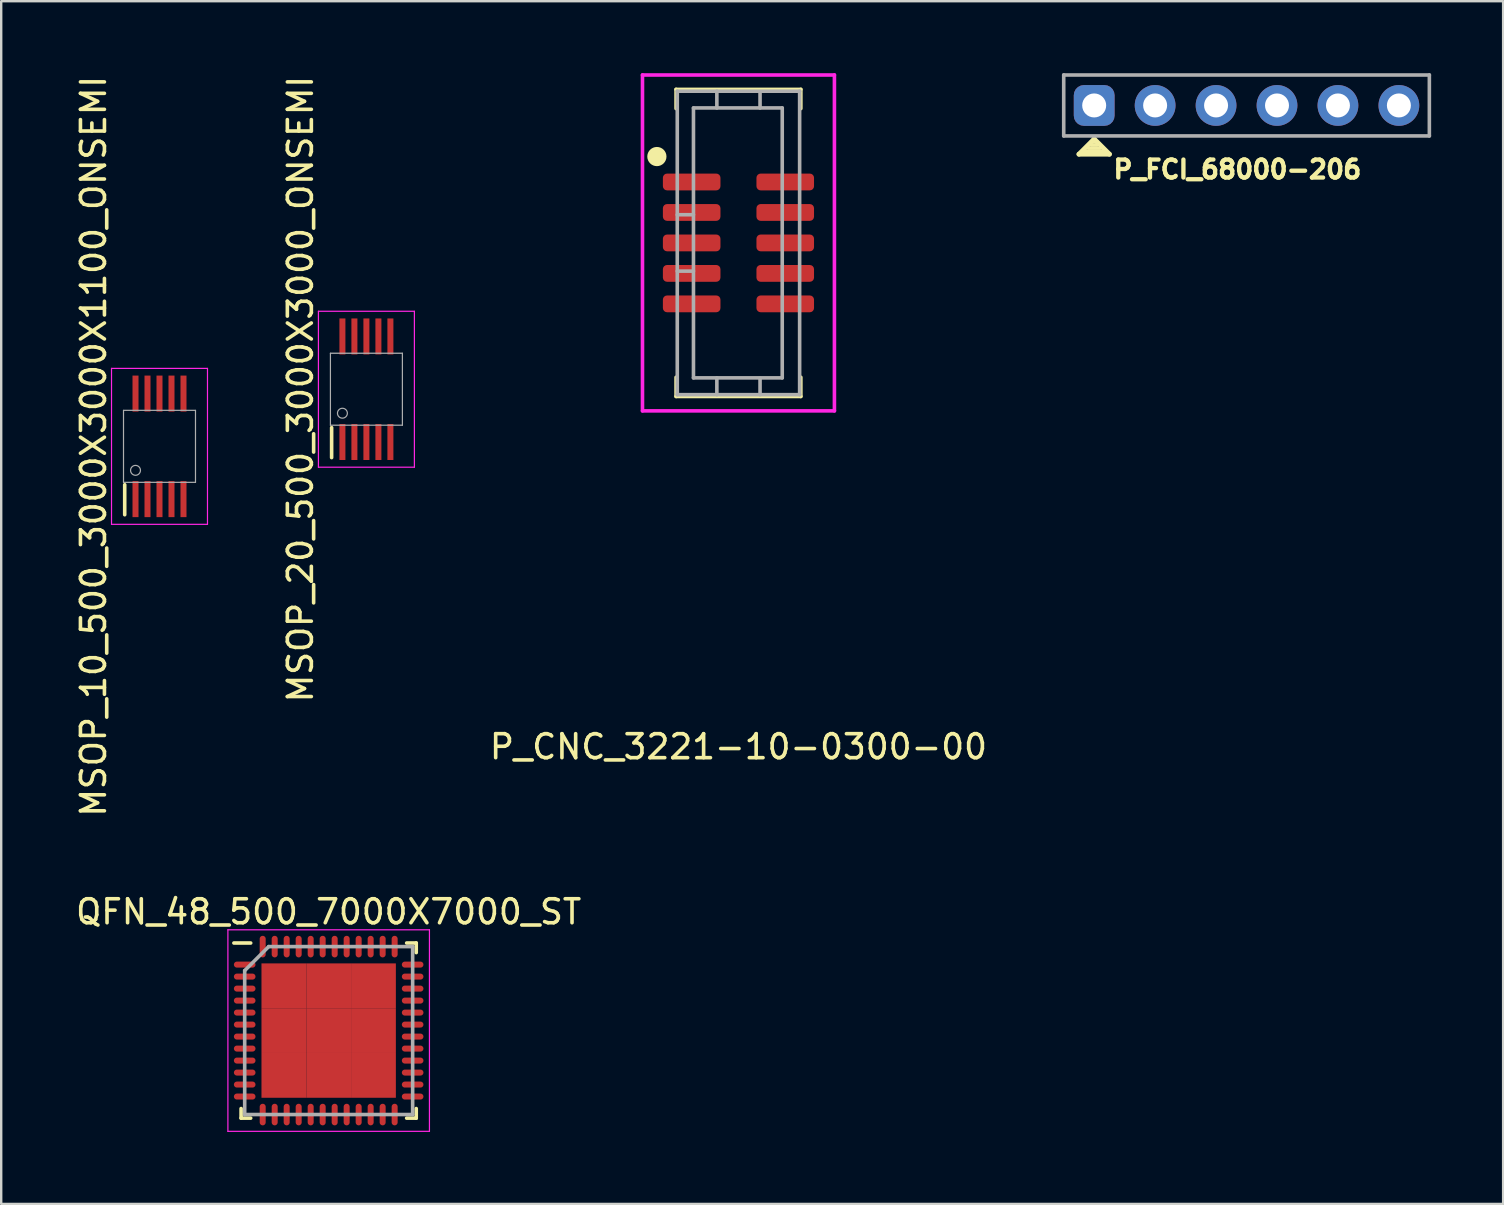
<source format=kicad_pcb>
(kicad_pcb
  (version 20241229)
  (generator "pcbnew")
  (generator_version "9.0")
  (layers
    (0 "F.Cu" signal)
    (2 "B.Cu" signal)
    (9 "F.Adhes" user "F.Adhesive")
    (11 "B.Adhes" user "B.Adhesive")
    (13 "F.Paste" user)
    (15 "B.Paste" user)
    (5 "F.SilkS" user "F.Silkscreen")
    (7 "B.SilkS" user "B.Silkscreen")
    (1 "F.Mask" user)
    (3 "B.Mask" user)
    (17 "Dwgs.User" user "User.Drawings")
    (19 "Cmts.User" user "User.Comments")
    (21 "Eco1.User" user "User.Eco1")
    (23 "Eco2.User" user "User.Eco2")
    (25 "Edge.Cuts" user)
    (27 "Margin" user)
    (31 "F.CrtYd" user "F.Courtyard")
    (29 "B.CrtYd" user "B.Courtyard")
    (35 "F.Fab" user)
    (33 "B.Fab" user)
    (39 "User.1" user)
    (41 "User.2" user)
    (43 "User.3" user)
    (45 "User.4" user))
  (footprint "QFN_48_500_7000X7000_ST"
    (layer "F.Cu")
    (at 10.649 39.905)
    (property "Reference" "QFN_48_500_7000X7000_ST" (at 0 -4.95 0) (layer "F.SilkS") (effects (font (size 1 1) (thickness 0.15))))
    (attr smd)
    (fp_line (start -3.65 3.65) (end -3.65 3.25) (stroke (width 0.15) (type solid)) (layer "F.SilkS"))
    (fp_line (start -3.25 -3.65) (end -3.95 -3.65) (stroke (width 0.15) (type solid)) (layer "F.SilkS"))
    (fp_line (start -3.25 3.65) (end -3.65 3.65) (stroke (width 0.15) (type solid)) (layer "F.SilkS"))
    (fp_line (start 3.25 -3.65) (end 3.65 -3.65) (stroke (width 0.15) (type solid)) (layer "F.SilkS"))
    (fp_line (start 3.25 3.65) (end 3.65 3.65) (stroke (width 0.15) (type solid)) (layer "F.SilkS"))
    (fp_line (start 3.65 -3.65) (end 3.65 -3.25) (stroke (width 0.15) (type solid)) (layer "F.SilkS"))
    (fp_line (start 3.65 3.65) (end 3.65 3.25) (stroke (width 0.15) (type solid)) (layer "F.SilkS"))
    (fp_line (start -4.2 -4.2) (end 4.2 -4.2) (stroke (width 0.05) (type solid)) (layer "F.CrtYd"))
    (fp_line (start -4.2 4.2) (end -4.2 -4.2) (stroke (width 0.05) (type solid)) (layer "F.CrtYd"))
    (fp_line (start 4.2 -4.2) (end 4.2 4.2) (stroke (width 0.05) (type solid)) (layer "F.CrtYd"))
    (fp_line (start 4.2 4.2) (end -4.2 4.2) (stroke (width 0.05) (type solid)) (layer "F.CrtYd"))
    (fp_line (start -3.5 -2.5) (end -3.5 3.5) (stroke (width 0.15) (type solid)) (layer "F.Fab"))
    (fp_line (start -3.5 3.5) (end 3.5 3.5) (stroke (width 0.15) (type solid)) (layer "F.Fab"))
    (fp_line (start -2.5 -3.5) (end -3.5 -2.5) (stroke (width 0.15) (type solid)) (layer "F.Fab"))
    (fp_line (start 3.5 -3.5) (end -2.5 -3.5) (stroke (width 0.15) (type solid)) (layer "F.Fab"))
    (fp_line (start 3.5 3.5) (end 3.5 -3.5) (stroke (width 0.15) (type solid)) (layer "F.Fab"))
    (pad "1" smd oval (at -3.5 -2.75 90) (size 0.25 0.9) (layers "F.Cu" "F.Mask" "F.Paste"))
    (pad "2" smd oval (at -3.5 -2.25 90) (size 0.25 0.9) (layers "F.Cu" "F.Mask" "F.Paste"))
    (pad "3" smd oval (at -3.5 -1.75 90) (size 0.25 0.9) (layers "F.Cu" "F.Mask" "F.Paste"))
    (pad "4" smd oval (at -3.5 -1.25 90) (size 0.25 0.9) (layers "F.Cu" "F.Mask" "F.Paste"))
    (pad "5" smd oval (at -3.5 -0.75 90) (size 0.25 0.9) (layers "F.Cu" "F.Mask" "F.Paste"))
    (pad "6" smd oval (at -3.5 -0.25 90) (size 0.25 0.9) (layers "F.Cu" "F.Mask" "F.Paste"))
    (pad "7" smd oval (at -3.5 0.25 90) (size 0.25 0.9) (layers "F.Cu" "F.Mask" "F.Paste"))
    (pad "8" smd oval (at -3.5 0.75 90) (size 0.25 0.9) (layers "F.Cu" "F.Mask" "F.Paste"))
    (pad "9" smd oval (at -3.5 1.25 90) (size 0.25 0.9) (layers "F.Cu" "F.Mask" "F.Paste"))
    (pad "10" smd oval (at -3.5 1.75 90) (size 0.25 0.9) (layers "F.Cu" "F.Mask" "F.Paste"))
    (pad "11" smd oval (at -3.5 2.25 90) (size 0.25 0.9) (layers "F.Cu" "F.Mask" "F.Paste"))
    (pad "12" smd oval (at -3.5 2.75 90) (size 0.25 0.9) (layers "F.Cu" "F.Mask" "F.Paste"))
    (pad "13" smd oval (at -2.75 3.5) (size 0.25 0.9) (layers "F.Cu" "F.Mask" "F.Paste"))
    (pad "14" smd oval (at -2.25 3.5) (size 0.25 0.9) (layers "F.Cu" "F.Mask" "F.Paste"))
    (pad "15" smd oval (at -1.75 3.5) (size 0.25 0.9) (layers "F.Cu" "F.Mask" "F.Paste"))
    (pad "16" smd oval (at -1.25 3.5) (size 0.25 0.9) (layers "F.Cu" "F.Mask" "F.Paste"))
    (pad "17" smd oval (at -0.75 3.5) (size 0.25 0.9) (layers "F.Cu" "F.Mask" "F.Paste"))
    (pad "18" smd oval (at -0.25 3.5) (size 0.25 0.9) (layers "F.Cu" "F.Mask" "F.Paste"))
    (pad "19" smd oval (at 0.25 3.5) (size 0.25 0.9) (layers "F.Cu" "F.Mask" "F.Paste"))
    (pad "20" smd oval (at 0.75 3.5) (size 0.25 0.9) (layers "F.Cu" "F.Mask" "F.Paste"))
    (pad "21" smd oval (at 1.25 3.5) (size 0.25 0.9) (layers "F.Cu" "F.Mask" "F.Paste"))
    (pad "22" smd oval (at 1.75 3.5) (size 0.25 0.9) (layers "F.Cu" "F.Mask" "F.Paste"))
    (pad "23" smd oval (at 2.25 3.5) (size 0.25 0.9) (layers "F.Cu" "F.Mask" "F.Paste"))
    (pad "24" smd oval (at 2.75 3.5) (size 0.25 0.9) (layers "F.Cu" "F.Mask" "F.Paste"))
    (pad "25" smd oval (at 3.5 2.75 90) (size 0.25 0.9) (layers "F.Cu" "F.Mask" "F.Paste"))
    (pad "26" smd oval (at 3.5 2.25 90) (size 0.25 0.9) (layers "F.Cu" "F.Mask" "F.Paste"))
    (pad "27" smd oval (at 3.5 1.75 90) (size 0.25 0.9) (layers "F.Cu" "F.Mask" "F.Paste"))
    (pad "28" smd oval (at 3.5 1.25 90) (size 0.25 0.9) (layers "F.Cu" "F.Mask" "F.Paste"))
    (pad "29" smd oval (at 3.5 0.75 90) (size 0.25 0.9) (layers "F.Cu" "F.Mask" "F.Paste"))
    (pad "30" smd oval (at 3.5 0.25 90) (size 0.25 0.9) (layers "F.Cu" "F.Mask" "F.Paste"))
    (pad "31" smd oval (at 3.5 -0.25 90) (size 0.25 0.9) (layers "F.Cu" "F.Mask" "F.Paste"))
    (pad "32" smd oval (at 3.5 -0.75 90) (size 0.25 0.9) (layers "F.Cu" "F.Mask" "F.Paste"))
    (pad "33" smd oval (at 3.5 -1.25 90) (size 0.25 0.9) (layers "F.Cu" "F.Mask" "F.Paste"))
    (pad "34" smd oval (at 3.5 -1.75 90) (size 0.25 0.9) (layers "F.Cu" "F.Mask" "F.Paste"))
    (pad "35" smd oval (at 3.5 -2.25 90) (size 0.25 0.9) (layers "F.Cu" "F.Mask" "F.Paste"))
    (pad "36" smd oval (at 3.5 -2.75 90) (size 0.25 0.9) (layers "F.Cu" "F.Mask" "F.Paste"))
    (pad "37" smd oval (at 2.75 -3.5) (size 0.25 0.9) (layers "F.Cu" "F.Mask" "F.Paste"))
    (pad "38" smd oval (at 2.25 -3.5) (size 0.25 0.9) (layers "F.Cu" "F.Mask" "F.Paste"))
    (pad "39" smd oval (at 1.75 -3.5) (size 0.25 0.9) (layers "F.Cu" "F.Mask" "F.Paste"))
    (pad "40" smd oval (at 1.25 -3.5) (size 0.25 0.9) (layers "F.Cu" "F.Mask" "F.Paste"))
    (pad "41" smd oval (at 0.75 -3.5) (size 0.25 0.9) (layers "F.Cu" "F.Mask" "F.Paste"))
    (pad "42" smd oval (at 0.25 -3.5) (size 0.25 0.9) (layers "F.Cu" "F.Mask" "F.Paste"))
    (pad "43" smd oval (at -0.25 -3.5) (size 0.25 0.9) (layers "F.Cu" "F.Mask" "F.Paste"))
    (pad "44" smd oval (at -0.75 -3.5) (size 0.25 0.9) (layers "F.Cu" "F.Mask" "F.Paste"))
    (pad "45" smd oval (at -1.25 -3.5) (size 0.25 0.9) (layers "F.Cu" "F.Mask" "F.Paste"))
    (pad "46" smd oval (at -1.75 -3.5) (size 0.25 0.9) (layers "F.Cu" "F.Mask" "F.Paste"))
    (pad "47" smd oval (at -2.25 -3.5) (size 0.25 0.9) (layers "F.Cu" "F.Mask" "F.Paste"))
    (pad "48" smd oval (at -2.75 -3.5) (size 0.25 0.9) (layers "F.Cu" "F.Mask" "F.Paste"))
    (pad "49" smd rect (at -1.867 -1.867) (size 1.867 1.867) (layers "F.Cu" "F.Mask" "F.Paste"))
    (pad "49" smd rect (at -1.867 0) (size 1.867 1.867) (layers "F.Cu" "F.Mask" "F.Paste"))
    (pad "49" smd rect (at -1.867 1.867) (size 1.867 1.867) (layers "F.Cu" "F.Mask" "F.Paste"))
    (pad "49" smd rect (at 0 -1.867) (size 1.867 1.867) (layers "F.Cu" "F.Mask" "F.Paste"))
    (pad "49" smd rect (at 0 0) (size 1.867 1.867) (layers "F.Cu" "F.Mask" "F.Paste"))
    (pad "49" smd rect (at 0 1.867) (size 1.867 1.867) (layers "F.Cu" "F.Mask" "F.Paste"))
    (pad "49" smd rect (at 1.867 -1.867) (size 1.867 1.867) (layers "F.Cu" "F.Mask" "F.Paste"))
    (pad "49" smd rect (at 1.867 0) (size 1.867 1.867) (layers "F.Cu" "F.Mask" "F.Paste"))
    (pad "49" smd rect (at 1.867 1.867) (size 1.867 1.867) (layers "F.Cu" "F.Mask" "F.Paste")))
  (footprint "MSOP_10_500_3000X3000X1100_ONSEMI"
    (layer "F.Cu")
    (at 3.598 15.554)
    (property "Reference" "MSOP_10_500_3000X3000X1100_ONSEMI" (at -2.75 0 90) (layer "F.SilkS") (effects (font (size 1 1) (thickness 0.15))))
    (attr smd)
    (fp_line (start -1.45 2.85) (end -1.45 1.6) (stroke (width 0.15) (type solid)) (layer "F.SilkS"))
    (fp_line (start -2 -3.25) (end -2 3.25) (stroke (width 0.05) (type solid)) (layer "F.CrtYd"))
    (fp_line (start -2 3.25) (end 2 3.25) (stroke (width 0.05) (type solid)) (layer "F.CrtYd"))
    (fp_line (start 2 -3.25) (end -2 -3.25) (stroke (width 0.05) (type solid)) (layer "F.CrtYd"))
    (fp_line (start 2 3.25) (end 2 -3.25) (stroke (width 0.05) (type solid)) (layer "F.CrtYd"))
    (fp_line (start -1.5 -1.5) (end 1.5 -1.5) (stroke (width 0.05) (type solid)) (layer "F.Fab"))
    (fp_line (start -1.5 1.5) (end -1.5 -1.5) (stroke (width 0.05) (type solid)) (layer "F.Fab"))
    (fp_line (start 1.5 -1.5) (end 1.5 1.5) (stroke (width 0.05) (type solid)) (layer "F.Fab"))
    (fp_line (start 1.5 1.5) (end -1.5 1.5) (stroke (width 0.05) (type solid)) (layer "F.Fab"))
    (fp_circle (center -1 1) (end -0.794 1) (stroke (width 0.05) (type solid)) (fill no) (layer "F.Fab"))
    (pad "1" smd rect (at -1 2.2) (size 0.25 1.5) (layers "F.Cu" "F.Mask" "F.Paste"))
    (pad "2" smd rect (at -0.5 2.2) (size 0.25 1.5) (layers "F.Cu" "F.Mask" "F.Paste"))
    (pad "3" smd rect (at 0 2.2) (size 0.25 1.5) (layers "F.Cu" "F.Mask" "F.Paste"))
    (pad "4" smd rect (at 0.5 2.2) (size 0.25 1.5) (layers "F.Cu" "F.Mask" "F.Paste"))
    (pad "5" smd rect (at 1 2.2) (size 0.25 1.5) (layers "F.Cu" "F.Mask" "F.Paste"))
    (pad "6" smd rect (at 1 -2.2) (size 0.25 1.5) (layers "F.Cu" "F.Mask" "F.Paste"))
    (pad "7" smd rect (at 0.5 -2.2) (size 0.25 1.5) (layers "F.Cu" "F.Mask" "F.Paste"))
    (pad "8" smd rect (at 0 -2.2) (size 0.25 1.5) (layers "F.Cu" "F.Mask" "F.Paste"))
    (pad "9" smd rect (at -0.5 -2.2) (size 0.25 1.5) (layers "F.Cu" "F.Mask" "F.Paste"))
    (pad "10" smd rect (at -1 -2.2) (size 0.25 1.5) (layers "F.Cu" "F.Mask" "F.Paste")))
  (footprint "P_FCI_68000-206"
    (layer "F.Cu")
    (at 48.906 1.345)
    (property "Reference" "P_FCI_68000-206" (at -0.381 2.667 0) (layer "F.SilkS") (effects (font (size 0.75 0.75) (thickness 0.18))))
    (attr through_hole)
    (fp_line (start -6.985 2.032) (end -5.715 2.032) (stroke (width 0.2) (type solid)) (layer "F.SilkS"))
    (fp_line (start -6.731 1.905) (end -5.969 1.905) (stroke (width 0.15) (type solid)) (layer "F.SilkS"))
    (fp_line (start -6.477 1.651) (end -6.223 1.651) (stroke (width 0.15) (type solid)) (layer "F.SilkS"))
    (fp_line (start -6.35 1.397) (end -6.985 2.032) (stroke (width 0.2) (type solid)) (layer "F.SilkS"))
    (fp_line (start -6.223 1.524) (end -6.477 1.524) (stroke (width 0.15) (type solid)) (layer "F.SilkS"))
    (fp_line (start -6.096 1.778) (end -6.604 1.778) (stroke (width 0.15) (type solid)) (layer "F.SilkS"))
    (fp_line (start -5.715 2.032) (end -6.35 1.397) (stroke (width 0.2) (type solid)) (layer "F.SilkS"))
    (fp_line (start -7.62 -1.27) (end 7.62 -1.27) (stroke (width 0.15) (type solid)) (layer "F.Fab"))
    (fp_line (start -7.62 1.27) (end -7.62 -1.27) (stroke (width 0.15) (type solid)) (layer "F.Fab"))
    (fp_line (start 7.62 -1.27) (end 7.62 1.27) (stroke (width 0.15) (type solid)) (layer "F.Fab"))
    (fp_line (start 7.62 1.27) (end -7.62 1.27) (stroke (width 0.15) (type solid)) (layer "F.Fab"))
    (pad "1" thru_hole roundrect (at -6.35 0 270) (size 1.7 1.7) (drill 1) (layers "*.Cu" "*.Mask") (roundrect_rratio 0.25))
    (pad "2" thru_hole circle (at -3.81 0 270) (size 1.7 1.7) (drill 1) (layers "*.Cu" "*.Mask"))
    (pad "3" thru_hole circle (at -1.27 0 270) (size 1.7 1.7) (drill 1) (layers "*.Cu" "*.Mask"))
    (pad "4" thru_hole circle (at 1.27 0 270) (size 1.7 1.7) (drill 1) (layers "*.Cu" "*.Mask"))
    (pad "5" thru_hole circle (at 3.81 0 270) (size 1.7 1.7) (drill 1) (layers "*.Cu" "*.Mask"))
    (pad "6" thru_hole circle (at 6.35 0 270) (size 1.7 1.7) (drill 1) (layers "*.Cu" "*.Mask")))
  (footprint "P_CNC_3221-10-0300-00"
    (layer "F.Cu")
    (at 27.729 7.075)
    (property "Reference" "P_CNC_3221-10-0300-00" (at 0 21 0) (layer "F.SilkS") (effects (font (size 1 1) (thickness 0.15))))
    (attr through_hole)
    (fp_line (start -2.6 -6.4) (end 2.6 -6.4) (stroke (width 0.15) (type solid)) (layer "F.SilkS"))
    (fp_line (start -2.6 -5.6) (end -2.6 -6.4) (stroke (width 0.15) (type solid)) (layer "F.SilkS"))
    (fp_line (start -2.6 5.6) (end -2.6 6.4) (stroke (width 0.15) (type solid)) (layer "F.SilkS"))
    (fp_line (start -2.6 6.4) (end 2.6 6.4) (stroke (width 0.15) (type solid)) (layer "F.SilkS"))
    (fp_line (start 2.6 -6.4) (end 2.6 -5.6) (stroke (width 0.15) (type solid)) (layer "F.SilkS"))
    (fp_line (start 2.6 6.4) (end 2.6 5.6) (stroke (width 0.15) (type solid)) (layer "F.SilkS"))
    (fp_circle (center -3.4 -3.6) (end -3.2 -3.6) (stroke (width 0.4) (type solid)) (fill no) (layer "F.SilkS"))
    (fp_line (start -4 -7) (end -4 7) (stroke (width 0.15) (type solid)) (layer "F.CrtYd"))
    (fp_line (start -4 7) (end 4 7) (stroke (width 0.15) (type solid)) (layer "F.CrtYd"))
    (fp_line (start 4 -7) (end -4 -7) (stroke (width 0.15) (type solid)) (layer "F.CrtYd"))
    (fp_line (start 4 7) (end 4 -7) (stroke (width 0.15) (type solid)) (layer "F.CrtYd"))
    (fp_line (start -2.55 -6.325) (end -2.55 6.325) (stroke (width 0.15) (type solid)) (layer "F.Fab"))
    (fp_line (start -2.55 -1.175) (end -1.875 -1.175) (stroke (width 0.15) (type solid)) (layer "F.Fab"))
    (fp_line (start -2.55 1.175) (end -1.875 1.175) (stroke (width 0.15) (type solid)) (layer "F.Fab"))
    (fp_line (start -2.55 6.325) (end 2.55 6.325) (stroke (width 0.15) (type solid)) (layer "F.Fab"))
    (fp_line (start -1.875 -5.625) (end -1.875 5.625) (stroke (width 0.15) (type solid)) (layer "F.Fab"))
    (fp_line (start -1.875 5.625) (end 1.825 5.625) (stroke (width 0.15) (type solid)) (layer "F.Fab"))
    (fp_line (start -0.9 -6.325) (end -0.9 -5.625) (stroke (width 0.15) (type solid)) (layer "F.Fab"))
    (fp_line (start -0.9 5.625) (end -0.9 6.325) (stroke (width 0.15) (type solid)) (layer "F.Fab"))
    (fp_line (start 0.9 -6.3) (end 0.9 -5.625) (stroke (width 0.15) (type solid)) (layer "F.Fab"))
    (fp_line (start 0.9 5.65) (end 0.9 6.325) (stroke (width 0.15) (type solid)) (layer "F.Fab"))
    (fp_line (start 1.825 -5.625) (end -1.875 -5.625) (stroke (width 0.15) (type solid)) (layer "F.Fab"))
    (fp_line (start 1.825 5.625) (end 1.825 -5.625) (stroke (width 0.15) (type solid)) (layer "F.Fab"))
    (fp_line (start 2.55 -6.325) (end -2.55 -6.325) (stroke (width 0.15) (type solid)) (layer "F.Fab"))
    (fp_line (start 2.55 6.325) (end 2.55 -6.325) (stroke (width 0.15) (type solid)) (layer "F.Fab"))
    (pad "1" smd roundrect (at -1.95 -2.54) (size 2.4 0.7) (layers "F.Cu" "F.Mask" "F.Paste") (roundrect_rratio 0.25))
    (pad "2" smd roundrect (at 1.95 -2.54) (size 2.4 0.7) (layers "F.Cu" "F.Mask" "F.Paste") (roundrect_rratio 0.25))
    (pad "3" smd roundrect (at -1.95 -1.27) (size 2.4 0.7) (layers "F.Cu" "F.Mask" "F.Paste") (roundrect_rratio 0.25))
    (pad "4" smd roundrect (at 1.95 -1.27) (size 2.4 0.7) (layers "F.Cu" "F.Mask" "F.Paste") (roundrect_rratio 0.25))
    (pad "5" smd roundrect (at -1.95 0) (size 2.4 0.7) (layers "F.Cu" "F.Mask" "F.Paste") (roundrect_rratio 0.25))
    (pad "6" smd roundrect (at 1.95 0) (size 2.4 0.7) (layers "F.Cu" "F.Mask" "F.Paste") (roundrect_rratio 0.25))
    (pad "7" smd roundrect (at -1.95 1.27) (size 2.4 0.7) (layers "F.Cu" "F.Mask" "F.Paste") (roundrect_rratio 0.25))
    (pad "8" smd roundrect (at 1.95 1.27) (size 2.4 0.7) (layers "F.Cu" "F.Mask" "F.Paste") (roundrect_rratio 0.25))
    (pad "9" smd roundrect (at -1.95 2.54) (size 2.4 0.7) (layers "F.Cu" "F.Mask" "F.Paste") (roundrect_rratio 0.25))
    (pad "10" smd roundrect (at 1.95 2.54) (size 2.4 0.7) (layers "F.Cu" "F.Mask" "F.Paste") (roundrect_rratio 0.25)))
  (footprint "MSOP_20_500_3000X3000_ONSEMI"
    (layer "F.Cu")
    (at 12.222 13.173)
    (property "Reference" "MSOP_20_500_3000X3000_ONSEMI" (at -2.75 0 90) (layer "F.SilkS") (effects (font (size 1 1) (thickness 0.15))))
    (attr smd)
    (fp_line (start -1.45 2.85) (end -1.45 1.6) (stroke (width 0.15) (type solid)) (layer "F.SilkS"))
    (fp_line (start -2 -3.25) (end -2 3.25) (stroke (width 0.05) (type solid)) (layer "F.CrtYd"))
    (fp_line (start -2 3.25) (end 2 3.25) (stroke (width 0.05) (type solid)) (layer "F.CrtYd"))
    (fp_line (start 2 -3.25) (end -2 -3.25) (stroke (width 0.05) (type solid)) (layer "F.CrtYd"))
    (fp_line (start 2 3.25) (end 2 -3.25) (stroke (width 0.05) (type solid)) (layer "F.CrtYd"))
    (fp_line (start -1.5 -1.5) (end 1.5 -1.5) (stroke (width 0.05) (type solid)) (layer "F.Fab"))
    (fp_line (start -1.5 1.5) (end -1.5 -1.5) (stroke (width 0.05) (type solid)) (layer "F.Fab"))
    (fp_line (start 1.5 -1.5) (end 1.5 1.5) (stroke (width 0.05) (type solid)) (layer "F.Fab"))
    (fp_line (start 1.5 1.5) (end -1.5 1.5) (stroke (width 0.05) (type solid)) (layer "F.Fab"))
    (fp_circle (center -1 1) (end -0.794 1) (stroke (width 0.05) (type solid)) (fill no) (layer "F.Fab"))
    (pad "1" smd rect (at -1 2.2) (size 0.25 1.5) (layers "F.Cu" "F.Mask" "F.Paste"))
    (pad "2" smd rect (at -0.5 2.2) (size 0.25 1.5) (layers "F.Cu" "F.Mask" "F.Paste"))
    (pad "3" smd rect (at 0 2.2) (size 0.25 1.5) (layers "F.Cu" "F.Mask" "F.Paste"))
    (pad "4" smd rect (at 0.5 2.2) (size 0.25 1.5) (layers "F.Cu" "F.Mask" "F.Paste"))
    (pad "5" smd rect (at 1 2.2) (size 0.25 1.5) (layers "F.Cu" "F.Mask" "F.Paste"))
    (pad "6" smd rect (at 1 -2.2) (size 0.25 1.5) (layers "F.Cu" "F.Mask" "F.Paste"))
    (pad "7" smd rect (at 0.5 -2.2) (size 0.25 1.5) (layers "F.Cu" "F.Mask" "F.Paste"))
    (pad "8" smd rect (at 0 -2.2) (size 0.25 1.5) (layers "F.Cu" "F.Mask" "F.Paste"))
    (pad "9" smd rect (at -0.5 -2.2) (size 0.25 1.5) (layers "F.Cu" "F.Mask" "F.Paste"))
    (pad "10" smd rect (at -1 -2.2) (size 0.25 1.5) (layers "F.Cu" "F.Mask" "F.Paste")))
  (gr_rect
    (start -3 -3)
    (end 59.601 47.13)
    (stroke (width 0.1) (type default))
    (fill no)
    (layer "Edge.Cuts")))
</source>
